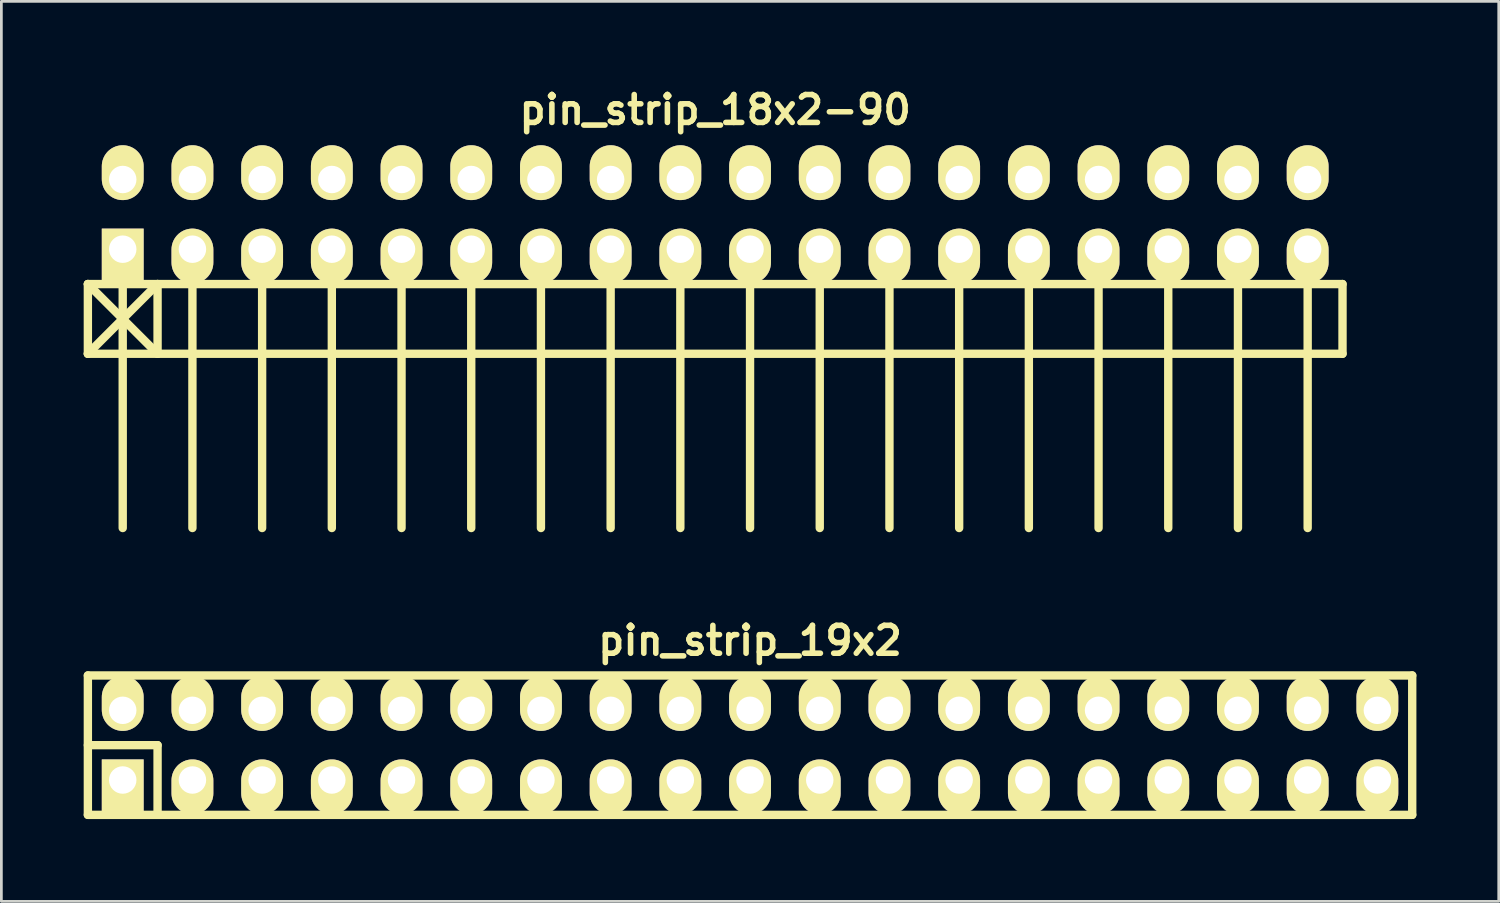
<source format=kicad_pcb>
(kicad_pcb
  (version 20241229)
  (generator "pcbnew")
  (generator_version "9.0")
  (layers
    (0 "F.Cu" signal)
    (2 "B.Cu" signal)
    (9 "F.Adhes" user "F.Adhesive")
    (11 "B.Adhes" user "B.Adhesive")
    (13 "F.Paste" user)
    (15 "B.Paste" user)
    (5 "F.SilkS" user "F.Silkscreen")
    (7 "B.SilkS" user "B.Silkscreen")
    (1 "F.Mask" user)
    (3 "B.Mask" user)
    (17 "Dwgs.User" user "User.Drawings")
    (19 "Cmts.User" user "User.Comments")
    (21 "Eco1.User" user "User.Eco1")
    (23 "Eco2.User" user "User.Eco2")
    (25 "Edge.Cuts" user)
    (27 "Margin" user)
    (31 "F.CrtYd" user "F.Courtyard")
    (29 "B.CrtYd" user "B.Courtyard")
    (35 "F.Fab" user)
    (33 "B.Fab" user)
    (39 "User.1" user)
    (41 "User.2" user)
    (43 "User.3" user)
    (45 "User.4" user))
  (footprint "pin_strip_19x2"
    (layer "F.Cu")
    (at 24.282 24.104)
    (property "Reference" "pin_strip_19x2" (at 0 -3.81 0) (layer "F.SilkS") (effects (font (size 1.016 1.016) (thickness 0.203))))
    (attr through_hole)
    (fp_line (start -24.13 -2.54) (end -24.13 2.54) (stroke (width 0.305) (type solid)) (layer "F.SilkS"))
    (fp_line (start -24.13 -2.54) (end 24.13 -2.54) (stroke (width 0.305) (type solid)) (layer "F.SilkS"))
    (fp_line (start -24.13 0) (end -21.59 0) (stroke (width 0.305) (type solid)) (layer "F.SilkS"))
    (fp_line (start -21.59 0) (end -21.59 2.54) (stroke (width 0.305) (type solid)) (layer "F.SilkS"))
    (fp_line (start 24.13 2.54) (end -24.13 2.54) (stroke (width 0.305) (type solid)) (layer "F.SilkS"))
    (fp_line (start 24.13 2.54) (end 24.13 -2.54) (stroke (width 0.305) (type solid)) (layer "F.SilkS"))
    (pad "1" thru_hole rect (at -22.86 1.27) (size 1.524 1.999) (drill 1.001 (offset 0 0.249)) (layers "*.Cu" "*.Mask" "F.SilkS"))
    (pad "2" thru_hole oval (at -22.86 -1.27) (size 1.524 1.999) (drill 1.001 (offset 0 -0.249)) (layers "*.Cu" "*.Mask" "F.SilkS"))
    (pad "3" thru_hole oval (at -20.32 1.27) (size 1.524 1.999) (drill 1.001 (offset 0 0.249)) (layers "*.Cu" "*.Mask" "F.SilkS"))
    (pad "4" thru_hole oval (at -20.32 -1.27) (size 1.524 1.999) (drill 1.001 (offset 0 -0.249)) (layers "*.Cu" "*.Mask" "F.SilkS"))
    (pad "5" thru_hole oval (at -17.78 1.27) (size 1.524 1.999) (drill 1.001 (offset 0 0.249)) (layers "*.Cu" "*.Mask" "F.SilkS"))
    (pad "6" thru_hole oval (at -17.78 -1.27) (size 1.524 1.999) (drill 1.001 (offset 0 -0.249)) (layers "*.Cu" "*.Mask" "F.SilkS"))
    (pad "7" thru_hole oval (at -15.24 1.27) (size 1.524 1.999) (drill 1.001 (offset 0 0.249)) (layers "*.Cu" "*.Mask" "F.SilkS"))
    (pad "8" thru_hole oval (at -15.24 -1.27) (size 1.524 1.999) (drill 1.001 (offset 0 -0.249)) (layers "*.Cu" "*.Mask" "F.SilkS"))
    (pad "9" thru_hole oval (at -12.7 1.27) (size 1.524 1.999) (drill 1.001 (offset 0 0.249)) (layers "*.Cu" "*.Mask" "F.SilkS"))
    (pad "10" thru_hole oval (at -12.7 -1.27) (size 1.524 1.999) (drill 1.001 (offset 0 -0.249)) (layers "*.Cu" "*.Mask" "F.SilkS"))
    (pad "11" thru_hole oval (at -10.16 1.27) (size 1.524 1.999) (drill 1.001 (offset 0 0.249)) (layers "*.Cu" "*.Mask" "F.SilkS"))
    (pad "12" thru_hole oval (at -10.16 -1.27) (size 1.524 1.999) (drill 1.001 (offset 0 -0.249)) (layers "*.Cu" "*.Mask" "F.SilkS"))
    (pad "13" thru_hole oval (at -7.62 1.27) (size 1.524 1.999) (drill 1.001 (offset 0 0.249)) (layers "*.Cu" "*.Mask" "F.SilkS"))
    (pad "14" thru_hole oval (at -7.62 -1.27) (size 1.524 1.999) (drill 1.001 (offset 0 -0.249)) (layers "*.Cu" "*.Mask" "F.SilkS"))
    (pad "15" thru_hole oval (at -5.08 1.27) (size 1.524 1.999) (drill 1.001 (offset 0 0.249)) (layers "*.Cu" "*.Mask" "F.SilkS"))
    (pad "16" thru_hole oval (at -5.08 -1.27) (size 1.524 1.999) (drill 1.001 (offset 0 -0.249)) (layers "*.Cu" "*.Mask" "F.SilkS"))
    (pad "17" thru_hole oval (at -2.54 1.27) (size 1.524 1.999) (drill 1.001 (offset 0 0.249)) (layers "*.Cu" "*.Mask" "F.SilkS"))
    (pad "18" thru_hole oval (at -2.54 -1.27) (size 1.524 1.999) (drill 1.001 (offset 0 -0.249)) (layers "*.Cu" "*.Mask" "F.SilkS"))
    (pad "19" thru_hole oval (at 0 1.27) (size 1.524 1.999) (drill 1.001 (offset 0 0.249)) (layers "*.Cu" "*.Mask" "F.SilkS"))
    (pad "20" thru_hole oval (at 0 -1.27) (size 1.524 1.999) (drill 1.001 (offset 0 -0.249)) (layers "*.Cu" "*.Mask" "F.SilkS"))
    (pad "21" thru_hole oval (at 2.54 1.27) (size 1.524 1.999) (drill 1.001 (offset 0 0.249)) (layers "*.Cu" "*.Mask" "F.SilkS"))
    (pad "22" thru_hole oval (at 2.54 -1.27) (size 1.524 1.999) (drill 1.001 (offset 0 -0.249)) (layers "*.Cu" "*.Mask" "F.SilkS"))
    (pad "23" thru_hole oval (at 5.08 1.27) (size 1.524 1.999) (drill 1.001 (offset 0 0.249)) (layers "*.Cu" "*.Mask" "F.SilkS"))
    (pad "24" thru_hole oval (at 5.08 -1.27) (size 1.524 1.999) (drill 1.001 (offset 0 -0.249)) (layers "*.Cu" "*.Mask" "F.SilkS"))
    (pad "25" thru_hole oval (at 7.62 1.27) (size 1.524 1.999) (drill 1.001 (offset 0 0.249)) (layers "*.Cu" "*.Mask" "F.SilkS"))
    (pad "26" thru_hole oval (at 7.62 -1.27) (size 1.524 1.999) (drill 1.001 (offset 0 -0.249)) (layers "*.Cu" "*.Mask" "F.SilkS"))
    (pad "27" thru_hole oval (at 10.16 1.27) (size 1.524 1.999) (drill 1.001 (offset 0 0.249)) (layers "*.Cu" "*.Mask" "F.SilkS"))
    (pad "28" thru_hole oval (at 10.16 -1.27) (size 1.524 1.999) (drill 1.001 (offset 0 -0.249)) (layers "*.Cu" "*.Mask" "F.SilkS"))
    (pad "29" thru_hole oval (at 12.7 1.27) (size 1.524 1.999) (drill 1.001 (offset 0 0.249)) (layers "*.Cu" "*.Mask" "F.SilkS"))
    (pad "30" thru_hole oval (at 12.7 -1.27) (size 1.524 1.999) (drill 1.001 (offset 0 -0.249)) (layers "*.Cu" "*.Mask" "F.SilkS"))
    (pad "31" thru_hole oval (at 15.24 1.27) (size 1.524 1.999) (drill 1.001 (offset 0 0.249)) (layers "*.Cu" "*.Mask" "F.SilkS"))
    (pad "32" thru_hole oval (at 15.24 -1.27) (size 1.524 1.999) (drill 1.001 (offset 0 -0.249)) (layers "*.Cu" "*.Mask" "F.SilkS"))
    (pad "33" thru_hole oval (at 17.78 1.27) (size 1.524 1.999) (drill 1.001 (offset 0 0.249)) (layers "*.Cu" "*.Mask" "F.SilkS"))
    (pad "34" thru_hole oval (at 17.78 -1.27) (size 1.524 1.999) (drill 1.001 (offset 0 -0.249)) (layers "*.Cu" "*.Mask" "F.SilkS"))
    (pad "35" thru_hole oval (at 20.32 1.27) (size 1.524 1.999) (drill 1.001 (offset 0 0.249)) (layers "*.Cu" "*.Mask" "F.SilkS"))
    (pad "36" thru_hole oval (at 20.32 -1.27) (size 1.524 1.999) (drill 1.001 (offset 0 -0.249)) (layers "*.Cu" "*.Mask" "F.SilkS"))
    (pad "37" thru_hole oval (at 22.86 1.27) (size 1.524 1.999) (drill 1.001 (offset 0 0.249)) (layers "*.Cu" "*.Mask" "F.SilkS"))
    (pad "38" thru_hole oval (at 22.86 -1.27) (size 1.524 1.999) (drill 1.001 (offset 0 -0.249)) (layers "*.Cu" "*.Mask" "F.SilkS")))
  (footprint "pin_strip_18x2-90"
    (layer "F.Cu")
    (at 23.012 4.761)
    (property "Reference" "pin_strip_18x2-90" (at 0 -3.81 0) (layer "F.SilkS") (effects (font (size 1.016 1.016) (thickness 0.203))))
    (attr through_hole)
    (fp_line (start -22.86 2.54) (end -20.32 5.08) (stroke (width 0.305) (type solid)) (layer "F.SilkS"))
    (fp_line (start -22.86 2.54) (end 22.86 2.54) (stroke (width 0.305) (type solid)) (layer "F.SilkS"))
    (fp_line (start -22.86 5.08) (end -22.86 2.54) (stroke (width 0.305) (type solid)) (layer "F.SilkS"))
    (fp_line (start -21.59 1.27) (end -21.59 11.43) (stroke (width 0.305) (type solid)) (layer "F.SilkS"))
    (fp_line (start -20.32 2.54) (end -22.86 5.08) (stroke (width 0.305) (type solid)) (layer "F.SilkS"))
    (fp_line (start -20.32 5.08) (end -20.32 2.54) (stroke (width 0.305) (type solid)) (layer "F.SilkS"))
    (fp_line (start -19.05 1.27) (end -19.05 11.43) (stroke (width 0.305) (type solid)) (layer "F.SilkS"))
    (fp_line (start -16.51 11.43) (end -16.51 1.27) (stroke (width 0.305) (type solid)) (layer "F.SilkS"))
    (fp_line (start -13.97 1.27) (end -13.97 11.43) (stroke (width 0.305) (type solid)) (layer "F.SilkS"))
    (fp_line (start -11.43 1.27) (end -11.43 11.43) (stroke (width 0.305) (type solid)) (layer "F.SilkS"))
    (fp_line (start -8.89 1.27) (end -8.89 11.43) (stroke (width 0.305) (type solid)) (layer "F.SilkS"))
    (fp_line (start -6.35 1.27) (end -6.35 11.43) (stroke (width 0.305) (type solid)) (layer "F.SilkS"))
    (fp_line (start -3.81 1.27) (end -3.81 11.43) (stroke (width 0.305) (type solid)) (layer "F.SilkS"))
    (fp_line (start -1.27 1.27) (end -1.27 11.43) (stroke (width 0.305) (type solid)) (layer "F.SilkS"))
    (fp_line (start 1.27 1.27) (end 1.27 11.43) (stroke (width 0.305) (type solid)) (layer "F.SilkS"))
    (fp_line (start 3.81 1.27) (end 3.81 11.43) (stroke (width 0.305) (type solid)) (layer "F.SilkS"))
    (fp_line (start 6.35 1.27) (end 6.35 11.43) (stroke (width 0.305) (type solid)) (layer "F.SilkS"))
    (fp_line (start 8.89 11.43) (end 8.89 1.27) (stroke (width 0.305) (type solid)) (layer "F.SilkS"))
    (fp_line (start 11.43 1.27) (end 11.43 11.43) (stroke (width 0.305) (type solid)) (layer "F.SilkS"))
    (fp_line (start 13.97 1.27) (end 13.97 11.43) (stroke (width 0.305) (type solid)) (layer "F.SilkS"))
    (fp_line (start 16.51 1.27) (end 16.51 11.43) (stroke (width 0.305) (type solid)) (layer "F.SilkS"))
    (fp_line (start 19.05 1.27) (end 19.05 11.43) (stroke (width 0.305) (type solid)) (layer "F.SilkS"))
    (fp_line (start 21.59 1.27) (end 21.59 11.43) (stroke (width 0.305) (type solid)) (layer "F.SilkS"))
    (fp_line (start 22.86 2.54) (end 22.86 5.08) (stroke (width 0.305) (type solid)) (layer "F.SilkS"))
    (fp_line (start 22.86 5.08) (end -22.86 5.08) (stroke (width 0.305) (type solid)) (layer "F.SilkS"))
    (pad "1" thru_hole rect (at -21.59 1.27) (size 1.524 1.999) (drill 1.001 (offset 0 0.249)) (layers "*.Cu" "*.Mask" "F.SilkS"))
    (pad "2" thru_hole oval (at -21.59 -1.27) (size 1.524 1.999) (drill 1.001 (offset 0 -0.249)) (layers "*.Cu" "*.Mask" "F.SilkS"))
    (pad "3" thru_hole oval (at -19.05 1.27) (size 1.524 1.999) (drill 1.001 (offset 0 0.249)) (layers "*.Cu" "*.Mask" "F.SilkS"))
    (pad "4" thru_hole oval (at -19.05 -1.27) (size 1.524 1.999) (drill 1.001 (offset 0 -0.249)) (layers "*.Cu" "*.Mask" "F.SilkS"))
    (pad "5" thru_hole oval (at -16.51 1.27) (size 1.524 1.999) (drill 1.001 (offset 0 0.249)) (layers "*.Cu" "*.Mask" "F.SilkS"))
    (pad "6" thru_hole oval (at -16.51 -1.27) (size 1.524 1.999) (drill 1.001 (offset 0 -0.249)) (layers "*.Cu" "*.Mask" "F.SilkS"))
    (pad "7" thru_hole oval (at -13.97 1.27) (size 1.524 1.999) (drill 1.001 (offset 0 0.249)) (layers "*.Cu" "*.Mask" "F.SilkS"))
    (pad "8" thru_hole oval (at -13.97 -1.27) (size 1.524 1.999) (drill 1.001 (offset 0 -0.249)) (layers "*.Cu" "*.Mask" "F.SilkS"))
    (pad "9" thru_hole oval (at -11.43 1.27) (size 1.524 1.999) (drill 1.001 (offset 0 0.249)) (layers "*.Cu" "*.Mask" "F.SilkS"))
    (pad "10" thru_hole oval (at -11.43 -1.27) (size 1.524 1.999) (drill 1.001 (offset 0 -0.249)) (layers "*.Cu" "*.Mask" "F.SilkS"))
    (pad "11" thru_hole oval (at -8.89 1.27) (size 1.524 1.999) (drill 1.001 (offset 0 0.249)) (layers "*.Cu" "*.Mask" "F.SilkS"))
    (pad "12" thru_hole oval (at -8.89 -1.27) (size 1.524 1.999) (drill 1.001 (offset 0 -0.249)) (layers "*.Cu" "*.Mask" "F.SilkS"))
    (pad "13" thru_hole oval (at -6.35 1.27) (size 1.524 1.999) (drill 1.001 (offset 0 0.249)) (layers "*.Cu" "*.Mask" "F.SilkS"))
    (pad "14" thru_hole oval (at -6.35 -1.27) (size 1.524 1.999) (drill 1.001 (offset 0 -0.249)) (layers "*.Cu" "*.Mask" "F.SilkS"))
    (pad "15" thru_hole oval (at -3.81 1.27) (size 1.524 1.999) (drill 1.001 (offset 0 0.249)) (layers "*.Cu" "*.Mask" "F.SilkS"))
    (pad "16" thru_hole oval (at -3.81 -1.27) (size 1.524 1.999) (drill 1.001 (offset 0 -0.249)) (layers "*.Cu" "*.Mask" "F.SilkS"))
    (pad "17" thru_hole oval (at -1.27 1.27) (size 1.524 1.999) (drill 1.001 (offset 0 0.249)) (layers "*.Cu" "*.Mask" "F.SilkS"))
    (pad "18" thru_hole oval (at -1.27 -1.27) (size 1.524 1.999) (drill 1.001 (offset 0 -0.249)) (layers "*.Cu" "*.Mask" "F.SilkS"))
    (pad "19" thru_hole oval (at 1.27 1.27) (size 1.524 1.999) (drill 1.001 (offset 0 0.249)) (layers "*.Cu" "*.Mask" "F.SilkS"))
    (pad "20" thru_hole oval (at 1.27 -1.27) (size 1.524 1.999) (drill 1.001 (offset 0 -0.249)) (layers "*.Cu" "*.Mask" "F.SilkS"))
    (pad "21" thru_hole oval (at 3.81 1.27) (size 1.524 1.999) (drill 1.001 (offset 0 0.249)) (layers "*.Cu" "*.Mask" "F.SilkS"))
    (pad "22" thru_hole oval (at 3.81 -1.27) (size 1.524 1.999) (drill 1.001 (offset 0 -0.249)) (layers "*.Cu" "*.Mask" "F.SilkS"))
    (pad "23" thru_hole oval (at 6.35 1.27) (size 1.524 1.999) (drill 1.001 (offset 0 0.249)) (layers "*.Cu" "*.Mask" "F.SilkS"))
    (pad "24" thru_hole oval (at 6.35 -1.27) (size 1.524 1.999) (drill 1.001 (offset 0 -0.249)) (layers "*.Cu" "*.Mask" "F.SilkS"))
    (pad "25" thru_hole oval (at 8.89 1.27) (size 1.524 1.999) (drill 1.001 (offset 0 0.249)) (layers "*.Cu" "*.Mask" "F.SilkS"))
    (pad "26" thru_hole oval (at 8.89 -1.27) (size 1.524 1.999) (drill 1.001 (offset 0 -0.249)) (layers "*.Cu" "*.Mask" "F.SilkS"))
    (pad "27" thru_hole oval (at 11.43 1.27) (size 1.524 1.999) (drill 1.001 (offset 0 0.249)) (layers "*.Cu" "*.Mask" "F.SilkS"))
    (pad "28" thru_hole oval (at 11.43 -1.27) (size 1.524 1.999) (drill 1.001 (offset 0 -0.249)) (layers "*.Cu" "*.Mask" "F.SilkS"))
    (pad "29" thru_hole oval (at 13.97 1.27) (size 1.524 1.999) (drill 1.001 (offset 0 0.249)) (layers "*.Cu" "*.Mask" "F.SilkS"))
    (pad "30" thru_hole oval (at 13.97 -1.27) (size 1.524 1.999) (drill 1.001 (offset 0 -0.249)) (layers "*.Cu" "*.Mask" "F.SilkS"))
    (pad "31" thru_hole oval (at 16.51 1.27) (size 1.524 1.999) (drill 1.001 (offset 0 0.249)) (layers "*.Cu" "*.Mask" "F.SilkS"))
    (pad "32" thru_hole oval (at 16.51 -1.27) (size 1.524 1.999) (drill 1.001 (offset 0 -0.249)) (layers "*.Cu" "*.Mask" "F.SilkS"))
    (pad "33" thru_hole oval (at 19.05 1.27) (size 1.524 1.999) (drill 1.001 (offset 0 0.249)) (layers "*.Cu" "*.Mask" "F.SilkS"))
    (pad "34" thru_hole oval (at 19.05 -1.27) (size 1.524 1.999) (drill 1.001 (offset 0 -0.249)) (layers "*.Cu" "*.Mask" "F.SilkS"))
    (pad "35" thru_hole oval (at 21.59 1.27) (size 1.524 1.999) (drill 1.001 (offset 0 0.249)) (layers "*.Cu" "*.Mask" "F.SilkS"))
    (pad "36" thru_hole oval (at 21.59 -1.27) (size 1.524 1.999) (drill 1.001 (offset 0 -0.249)) (layers "*.Cu" "*.Mask" "F.SilkS")))
  (gr_rect
    (start -3 -3)
    (end 51.565 29.797)
    (stroke (width 0.1) (type default))
    (fill no)
    (layer "Edge.Cuts")))
</source>
